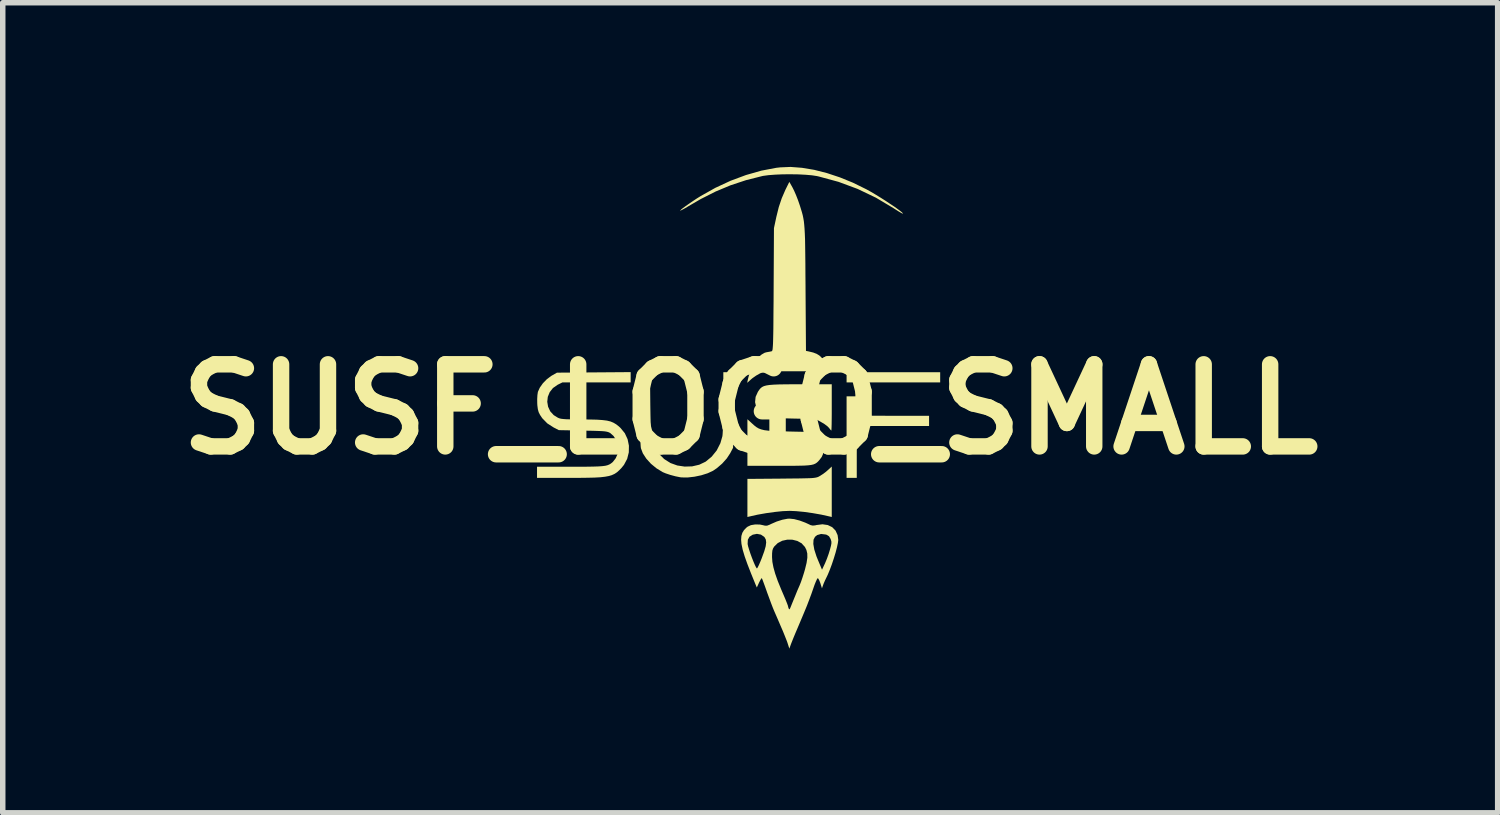
<source format=kicad_pcb>
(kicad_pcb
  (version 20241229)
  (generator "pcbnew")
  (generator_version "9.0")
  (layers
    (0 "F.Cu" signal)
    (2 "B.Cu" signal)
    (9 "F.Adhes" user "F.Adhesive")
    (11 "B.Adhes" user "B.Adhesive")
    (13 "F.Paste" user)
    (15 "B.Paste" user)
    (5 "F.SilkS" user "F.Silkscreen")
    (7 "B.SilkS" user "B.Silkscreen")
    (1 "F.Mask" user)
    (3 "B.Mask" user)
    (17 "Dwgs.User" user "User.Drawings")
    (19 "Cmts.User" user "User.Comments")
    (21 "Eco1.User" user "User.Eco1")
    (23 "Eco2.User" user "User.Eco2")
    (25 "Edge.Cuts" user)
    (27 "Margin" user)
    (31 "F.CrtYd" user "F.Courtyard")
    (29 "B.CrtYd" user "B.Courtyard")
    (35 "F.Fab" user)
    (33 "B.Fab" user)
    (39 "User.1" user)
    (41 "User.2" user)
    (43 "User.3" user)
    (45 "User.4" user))
  (footprint "SUSF_LOGO_SMALL"
    (layer "F.Cu")
    (at 10.657 4.428)
    (property "Reference" "SUSF_LOGO_SMALL" (at 0 0 0) (layer "F.SilkS") (effects (font (size 1.5 1.5) (thickness 0.3))))
    (attr board_only exclude_from_pos_files exclude_from_bom)
    (fp_poly (pts (xy 3.471 -0.584) (xy 3.471 -0.491) (xy 2.616 -0.491) (xy 1.761 -0.491) (xy 1.761 -0.584) (xy 1.761 -0.677) (xy 2.616 -0.677) (xy 3.471 -0.677)) (stroke (width 0) (type solid)) (fill yes) (layer "F.SilkS"))
    (fp_poly (pts (xy 1.49 1.507) (xy 1.49 1.968) (xy 1.452 1.959) (xy 1.3 1.925) (xy 1.14 1.897) (xy 0.983 1.875) (xy 0.838 1.861) (xy 0.72 1.856) (xy 0.596 1.861) (xy 0.45 1.876) (xy 0.292 1.898) (xy 0.133 1.926) (xy -0.013 1.959) (xy -0.051 1.968) (xy -0.051 1.62) (xy -0.051 1.272) (xy 0.571 1.267) (xy 0.733 1.265) (xy 0.865 1.264) (xy 0.969 1.262) (xy 1.051 1.26) (xy 1.113 1.258) (xy 1.16 1.254) (xy 1.194 1.249) (xy 1.22 1.243) (xy 1.241 1.236) (xy 1.26 1.226) (xy 1.267 1.222) (xy 1.323 1.187) (xy 1.385 1.141) (xy 1.416 1.114) (xy 1.49 1.046)) (stroke (width 0) (type solid)) (fill yes) (layer "F.SilkS"))
    (fp_poly (pts (xy 1.49 -0.034) (xy 1.49 0.082) (xy 1.489 0.186) (xy 1.488 0.273) (xy 1.486 0.338) (xy 1.484 0.379) (xy 1.483 0.389) (xy 1.469 0.377) (xy 1.445 0.347) (xy 1.441 0.341) (xy 1.409 0.309) (xy 1.357 0.27) (xy 1.3 0.236) (xy 1.194 0.178) (xy 0.762 0.169) (xy 0.616 0.165) (xy 0.5 0.161) (xy 0.409 0.156) (xy 0.339 0.148) (xy 0.286 0.137) (xy 0.246 0.122) (xy 0.215 0.103) (xy 0.187 0.078) (xy 0.166 0.054) (xy 0.111 -0.035) (xy 0.089 -0.13) (xy 0.099 -0.227) (xy 0.142 -0.322) (xy 0.144 -0.324) (xy 0.166 -0.357) (xy 0.189 -0.384) (xy 0.216 -0.406) (xy 0.25 -0.423) (xy 0.294 -0.435) (xy 0.352 -0.444) (xy 0.428 -0.45) (xy 0.525 -0.454) (xy 0.647 -0.456) (xy 0.797 -0.457) (xy 0.91 -0.457) (xy 1.49 -0.457)) (stroke (width 0) (type solid)) (fill yes) (layer "F.SilkS"))
    (fp_poly (pts (xy 1.947 -0.086) (xy 1.948 -0.015) (xy 1.951 0.045) (xy 1.956 0.084) (xy 1.958 0.092) (xy 1.963 0.099) (xy 1.976 0.104) (xy 2 0.109) (xy 2.038 0.112) (xy 2.092 0.115) (xy 2.166 0.116) (xy 2.264 0.118) (xy 2.387 0.118) (xy 2.54 0.119) (xy 2.618 0.119) (xy 3.268 0.119) (xy 3.268 0.212) (xy 3.268 0.305) (xy 2.618 0.305) (xy 2.451 0.305) (xy 2.315 0.305) (xy 2.206 0.306) (xy 2.122 0.308) (xy 2.059 0.31) (xy 2.015 0.313) (xy 1.985 0.317) (xy 1.968 0.322) (xy 1.959 0.328) (xy 1.958 0.332) (xy 1.955 0.355) (xy 1.952 0.408) (xy 1.95 0.485) (xy 1.949 0.581) (xy 1.948 0.693) (xy 1.947 0.806) (xy 1.947 1.253) (xy 1.854 1.253) (xy 1.761 1.253) (xy 1.761 0.508) (xy 1.761 -0.237) (xy 1.854 -0.237) (xy 1.947 -0.237)) (stroke (width 0) (type solid)) (fill yes) (layer "F.SilkS"))
    (fp_poly (pts (xy 0.027 0.253) (xy 0.071 0.293) (xy 0.112 0.325) (xy 0.154 0.35) (xy 0.202 0.368) (xy 0.26 0.382) (xy 0.332 0.391) (xy 0.424 0.397) (xy 0.54 0.402) (xy 0.685 0.405) (xy 0.703 0.406) (xy 0.837 0.409) (xy 0.941 0.411) (xy 1.021 0.414) (xy 1.079 0.418) (xy 1.121 0.423) (xy 1.15 0.429) (xy 1.171 0.437) (xy 1.189 0.448) (xy 1.194 0.451) (xy 1.261 0.505) (xy 1.302 0.555) (xy 1.325 0.611) (xy 1.334 0.677) (xy 1.337 0.76) (xy 1.329 0.821) (xy 1.306 0.872) (xy 1.266 0.925) (xy 1.266 0.925) (xy 1.241 0.953) (xy 1.217 0.975) (xy 1.19 0.993) (xy 1.157 1.007) (xy 1.115 1.017) (xy 1.058 1.024) (xy 0.984 1.029) (xy 0.89 1.031) (xy 0.771 1.033) (xy 0.624 1.033) (xy 0.525 1.033) (xy -0.051 1.033) (xy -0.051 0.607) (xy -0.051 0.182)) (stroke (width 0) (type solid)) (fill yes) (layer "F.SilkS"))
    (fp_poly (pts (xy 0.946 -4.412) (xy 1.169 -4.375) (xy 1.401 -4.316) (xy 1.639 -4.237) (xy 1.877 -4.14) (xy 2.111 -4.025) (xy 2.125 -4.018) (xy 2.206 -3.973) (xy 2.294 -3.921) (xy 2.385 -3.865) (xy 2.476 -3.807) (xy 2.562 -3.75) (xy 2.64 -3.698) (xy 2.705 -3.651) (xy 2.755 -3.613) (xy 2.784 -3.587) (xy 2.79 -3.575) (xy 2.786 -3.574) (xy 2.765 -3.584) (xy 2.723 -3.608) (xy 2.667 -3.643) (xy 2.616 -3.676) (xy 2.297 -3.866) (xy 1.963 -4.026) (xy 1.615 -4.155) (xy 1.254 -4.253) (xy 1.219 -4.261) (xy 1.128 -4.275) (xy 1.012 -4.285) (xy 0.879 -4.292) (xy 0.737 -4.294) (xy 0.593 -4.293) (xy 0.457 -4.287) (xy 0.337 -4.278) (xy 0.24 -4.265) (xy 0.22 -4.261) (xy -0.077 -4.186) (xy -0.358 -4.093) (xy -0.631 -3.979) (xy -0.904 -3.841) (xy -1.124 -3.713) (xy -1.186 -3.676) (xy -1.237 -3.648) (xy -1.271 -3.631) (xy -1.281 -3.629) (xy -1.271 -3.641) (xy -1.239 -3.669) (xy -1.187 -3.707) (xy -1.123 -3.752) (xy -1.05 -3.802) (xy -0.975 -3.852) (xy -0.904 -3.896) (xy -0.637 -4.046) (xy -0.359 -4.175) (xy -0.077 -4.28) (xy 0.204 -4.36) (xy 0.477 -4.412) (xy 0.549 -4.42) (xy 0.738 -4.428)) (stroke (width 0) (type solid)) (fill yes) (layer "F.SilkS"))
    (fp_poly (pts (xy -1.825 -0.072) (xy -1.822 0.118) (xy -1.818 0.277) (xy -1.814 0.405) (xy -1.809 0.502) (xy -1.803 0.565) (xy -1.798 0.593) (xy -1.763 0.67) (xy -1.708 0.755) (xy -1.643 0.838) (xy -1.574 0.907) (xy -1.566 0.913) (xy -1.457 0.982) (xy -1.332 1.027) (xy -1.197 1.047) (xy -1.061 1.043) (xy -0.931 1.013) (xy -0.814 0.957) (xy -0.704 0.866) (xy -0.612 0.752) (xy -0.545 0.62) (xy -0.508 0.492) (xy -0.504 0.453) (xy -0.5 0.384) (xy -0.497 0.292) (xy -0.494 0.181) (xy -0.492 0.056) (xy -0.491 -0.078) (xy -0.491 -0.138) (xy -0.491 -0.677) (xy -0.397 -0.677) (xy -0.303 -0.677) (xy -0.308 0.013) (xy -0.313 0.703) (xy -0.366 0.804) (xy -0.428 0.898) (xy -0.512 0.992) (xy -0.608 1.075) (xy -0.68 1.124) (xy -0.777 1.169) (xy -0.894 1.206) (xy -1.019 1.232) (xy -1.142 1.246) (xy -1.251 1.245) (xy -1.278 1.242) (xy -1.367 1.224) (xy -1.46 1.199) (xy -1.544 1.171) (xy -1.599 1.148) (xy -1.712 1.079) (xy -1.814 0.995) (xy -1.899 0.901) (xy -1.962 0.804) (xy -1.997 0.711) (xy -2.001 0.675) (xy -2.005 0.609) (xy -2.008 0.517) (xy -2.011 0.401) (xy -2.013 0.266) (xy -2.014 0.115) (xy -2.015 -0.021) (xy -2.015 -0.677) (xy -1.923 -0.677) (xy -1.831 -0.677)) (stroke (width 0) (type solid)) (fill yes) (layer "F.SilkS"))
    (fp_poly (pts (xy 0.772 -4.054) (xy 0.802 -3.994) (xy 0.837 -3.914) (xy 0.871 -3.827) (xy 0.889 -3.776) (xy 0.911 -3.711) (xy 0.929 -3.653) (xy 0.945 -3.6) (xy 0.959 -3.548) (xy 0.97 -3.495) (xy 0.98 -3.437) (xy 0.987 -3.372) (xy 0.993 -3.297) (xy 0.998 -3.208) (xy 1.002 -3.104) (xy 1.004 -2.98) (xy 1.006 -2.835) (xy 1.008 -2.665) (xy 1.009 -2.467) (xy 1.011 -2.239) (xy 1.011 -2.206) (xy 1.019 -1.067) (xy 1.064 -1.058) (xy 1.151 -1.037) (xy 1.214 -1.013) (xy 1.263 -0.983) (xy 1.297 -0.952) (xy 1.335 -0.906) (xy 1.374 -0.85) (xy 1.408 -0.792) (xy 1.432 -0.741) (xy 1.439 -0.712) (xy 1.423 -0.706) (xy 1.373 -0.702) (xy 1.289 -0.698) (xy 1.172 -0.696) (xy 1.022 -0.695) (xy 0.851 -0.694) (xy 0.694 -0.694) (xy 0.568 -0.694) (xy 0.467 -0.693) (xy 0.389 -0.691) (xy 0.33 -0.689) (xy 0.285 -0.685) (xy 0.252 -0.681) (xy 0.226 -0.674) (xy 0.203 -0.666) (xy 0.179 -0.655) (xy 0.175 -0.653) (xy 0.109 -0.616) (xy 0.042 -0.569) (xy 0.017 -0.548) (xy -0.055 -0.483) (xy -0.043 -0.542) (xy -0.032 -0.587) (xy -0.014 -0.651) (xy 0.008 -0.722) (xy 0.01 -0.731) (xy 0.037 -0.804) (xy 0.065 -0.858) (xy 0.103 -0.906) (xy 0.142 -0.945) (xy 0.209 -1.001) (xy 0.265 -1.033) (xy 0.298 -1.042) (xy 0.349 -1.051) (xy 0.388 -1.059) (xy 0.393 -1.061) (xy 0.399 -1.064) (xy 0.403 -1.073) (xy 0.408 -1.089) (xy 0.411 -1.115) (xy 0.414 -1.153) (xy 0.417 -1.207) (xy 0.419 -1.277) (xy 0.421 -1.367) (xy 0.423 -1.478) (xy 0.424 -1.614) (xy 0.425 -1.777) (xy 0.427 -1.969) (xy 0.428 -2.189) (xy 0.434 -3.31) (xy 0.478 -3.516) (xy 0.522 -3.694) (xy 0.576 -3.855) (xy 0.644 -4.012) (xy 0.665 -4.054) (xy 0.715 -4.155)) (stroke (width 0) (type solid)) (fill yes) (layer "F.SilkS"))
    (fp_poly (pts (xy -2.184 -0.585) (xy -2.184 -0.491) (xy -2.808 -0.491) (xy -3.431 -0.491) (xy -3.52 -0.447) (xy -3.604 -0.388) (xy -3.663 -0.313) (xy -3.698 -0.228) (xy -3.708 -0.137) (xy -3.693 -0.047) (xy -3.654 0.037) (xy -3.59 0.107) (xy -3.514 0.154) (xy -3.488 0.165) (xy -3.456 0.173) (xy -3.415 0.178) (xy -3.359 0.182) (xy -3.284 0.184) (xy -3.184 0.186) (xy -3.078 0.186) (xy -2.924 0.187) (xy -2.799 0.19) (xy -2.698 0.197) (xy -2.617 0.207) (xy -2.552 0.223) (xy -2.497 0.246) (xy -2.447 0.276) (xy -2.399 0.314) (xy -2.369 0.342) (xy -2.291 0.437) (xy -2.24 0.547) (xy -2.216 0.665) (xy -2.218 0.787) (xy -2.248 0.906) (xy -2.306 1.015) (xy -2.352 1.072) (xy -2.393 1.114) (xy -2.433 1.15) (xy -2.476 1.179) (xy -2.524 1.201) (xy -2.581 1.219) (xy -2.651 1.232) (xy -2.737 1.242) (xy -2.843 1.248) (xy -2.973 1.251) (xy -3.129 1.253) (xy -3.311 1.253) (xy -3.895 1.253) (xy -3.895 1.151) (xy -3.895 1.05) (xy -3.285 1.05) (xy -3.115 1.05) (xy -2.975 1.049) (xy -2.862 1.047) (xy -2.772 1.044) (xy -2.702 1.039) (xy -2.648 1.032) (xy -2.607 1.022) (xy -2.575 1.009) (xy -2.548 0.993) (xy -2.522 0.973) (xy -2.508 0.96) (xy -2.459 0.897) (xy -2.422 0.816) (xy -2.405 0.732) (xy -2.405 0.719) (xy -2.417 0.64) (xy -2.451 0.558) (xy -2.499 0.486) (xy -2.554 0.437) (xy -2.574 0.425) (xy -2.596 0.416) (xy -2.623 0.409) (xy -2.66 0.403) (xy -2.711 0.399) (xy -2.782 0.396) (xy -2.875 0.393) (xy -2.996 0.391) (xy -3.056 0.389) (xy -3.497 0.381) (xy -3.59 0.333) (xy -3.707 0.258) (xy -3.799 0.164) (xy -3.84 0.103) (xy -3.865 0.053) (xy -3.88 -0.001) (xy -3.889 -0.072) (xy -3.891 -0.109) (xy -3.892 -0.185) (xy -3.888 -0.258) (xy -3.88 -0.313) (xy -3.879 -0.318) (xy -3.845 -0.394) (xy -3.788 -0.475) (xy -3.716 -0.549) (xy -3.636 -0.609) (xy -3.624 -0.616) (xy -3.531 -0.669) (xy -2.858 -0.674) (xy -2.184 -0.679)) (stroke (width 0) (type solid)) (fill yes) (layer "F.SilkS"))
    (fp_poly (pts (xy 0.804 2.007) (xy 0.904 2.033) (xy 1.006 2.071) (xy 1.054 2.093) (xy 1.105 2.117) (xy 1.144 2.125) (xy 1.187 2.121) (xy 1.211 2.115) (xy 1.32 2.101) (xy 1.417 2.115) (xy 1.498 2.154) (xy 1.559 2.216) (xy 1.597 2.299) (xy 1.609 2.388) (xy 1.602 2.443) (xy 1.585 2.523) (xy 1.56 2.619) (xy 1.528 2.724) (xy 1.492 2.832) (xy 1.454 2.934) (xy 1.417 3.023) (xy 1.395 3.069) (xy 1.366 3.129) (xy 1.341 3.187) (xy 1.331 3.214) (xy 1.311 3.271) (xy 1.281 3.175) (xy 1.262 3.126) (xy 1.244 3.093) (xy 1.232 3.086) (xy 1.22 3.104) (xy 1.2 3.147) (xy 1.175 3.209) (xy 1.151 3.278) (xy 1.118 3.373) (xy 1.08 3.475) (xy 1.036 3.59) (xy 0.982 3.721) (xy 0.918 3.873) (xy 0.855 4.022) (xy 0.82 4.104) (xy 0.787 4.184) (xy 0.76 4.252) (xy 0.745 4.29) (xy 0.715 4.373) (xy 0.686 4.282) (xy 0.673 4.243) (xy 0.654 4.195) (xy 0.629 4.132) (xy 0.597 4.053) (xy 0.554 3.954) (xy 0.501 3.83) (xy 0.437 3.683) (xy 0.412 3.622) (xy 0.38 3.539) (xy 0.345 3.444) (xy 0.309 3.347) (xy 0.303 3.329) (xy 0.273 3.245) (xy 0.247 3.174) (xy 0.227 3.12) (xy 0.214 3.089) (xy 0.212 3.085) (xy 0.201 3.095) (xy 0.182 3.127) (xy 0.162 3.166) (xy 0.121 3.256) (xy 0.093 3.19) (xy 0.014 2.996) (xy -0.051 2.829) (xy -0.101 2.688) (xy -0.137 2.568) (xy -0.158 2.468) (xy -0.16 2.456) (xy -0.047 2.456) (xy -0.047 2.463) (xy -0.038 2.505) (xy -0.02 2.565) (xy 0.003 2.635) (xy 0.03 2.709) (xy 0.058 2.78) (xy 0.084 2.841) (xy 0.106 2.886) (xy 0.121 2.907) (xy 0.124 2.908) (xy 0.136 2.891) (xy 0.157 2.849) (xy 0.184 2.787) (xy 0.214 2.713) (xy 0.215 2.709) (xy 0.218 2.701) (xy 0.399 2.701) (xy 0.405 2.788) (xy 0.424 2.887) (xy 0.456 3.002) (xy 0.503 3.136) (xy 0.567 3.293) (xy 0.612 3.398) (xy 0.644 3.473) (xy 0.67 3.538) (xy 0.688 3.586) (xy 0.694 3.611) (xy 0.694 3.611) (xy 0.701 3.637) (xy 0.714 3.654) (xy 0.721 3.653) (xy 0.729 3.637) (xy 0.746 3.596) (xy 0.77 3.536) (xy 0.793 3.48) (xy 0.827 3.397) (xy 0.861 3.313) (xy 0.892 3.242) (xy 0.905 3.212) (xy 0.928 3.154) (xy 0.955 3.075) (xy 0.983 2.987) (xy 1.001 2.925) (xy 1.03 2.807) (xy 1.044 2.712) (xy 1.043 2.635) (xy 1.027 2.57) (xy 1 2.516) (xy 0.95 2.461) (xy 1.153 2.461) (xy 1.171 2.563) (xy 1.211 2.688) (xy 1.239 2.757) (xy 1.312 2.931) (xy 1.368 2.812) (xy 1.401 2.732) (xy 1.434 2.64) (xy 1.458 2.561) (xy 1.476 2.493) (xy 1.484 2.448) (xy 1.483 2.414) (xy 1.474 2.383) (xy 1.468 2.367) (xy 1.44 2.32) (xy 1.399 2.294) (xy 1.379 2.288) (xy 1.295 2.278) (xy 1.224 2.298) (xy 1.184 2.33) (xy 1.157 2.383) (xy 1.153 2.461) (xy 0.95 2.461) (xy 0.941 2.45) (xy 0.862 2.406) (xy 0.772 2.383) (xy 0.678 2.382) (xy 0.586 2.402) (xy 0.503 2.445) (xy 0.438 2.509) (xy 0.437 2.51) (xy 0.417 2.544) (xy 0.405 2.581) (xy 0.4 2.632) (xy 0.399 2.701) (xy 0.218 2.701) (xy 0.257 2.594) (xy 0.283 2.503) (xy 0.292 2.433) (xy 0.285 2.379) (xy 0.262 2.338) (xy 0.255 2.33) (xy 0.196 2.29) (xy 0.123 2.276) (xy 0.048 2.291) (xy 0.045 2.292) (xy -0.013 2.329) (xy -0.043 2.383) (xy -0.047 2.456) (xy -0.16 2.456) (xy -0.166 2.384) (xy -0.161 2.314) (xy -0.143 2.256) (xy -0.113 2.207) (xy -0.07 2.163) (xy -0.047 2.145) (xy 0.013 2.117) (xy 0.092 2.104) (xy 0.177 2.106) (xy 0.226 2.116) (xy 0.273 2.127) (xy 0.309 2.126) (xy 0.35 2.111) (xy 0.383 2.095) (xy 0.484 2.051) (xy 0.588 2.018) (xy 0.682 2) (xy 0.72 1.998)) (stroke (width 0) (type solid)) (fill yes) (layer "F.SilkS")))
  (gr_rect
    (start -3 -3)
    (end 24.314 11.801)
    (stroke (width 0.1) (type default))
    (fill no)
    (layer "Edge.Cuts")))
</source>
